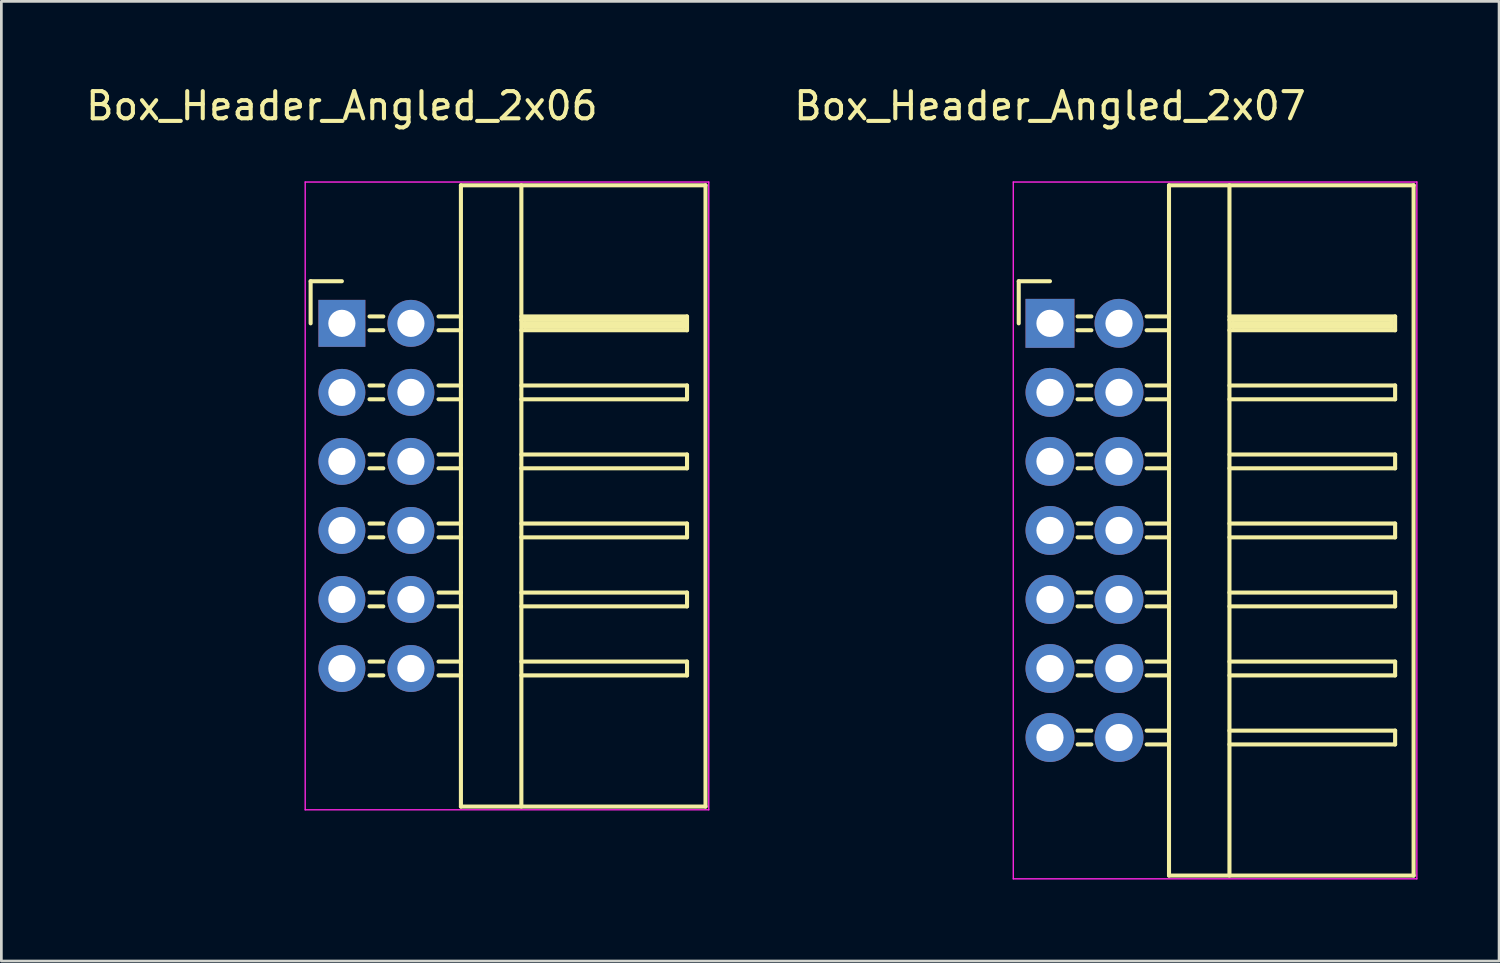
<source format=kicad_pcb>
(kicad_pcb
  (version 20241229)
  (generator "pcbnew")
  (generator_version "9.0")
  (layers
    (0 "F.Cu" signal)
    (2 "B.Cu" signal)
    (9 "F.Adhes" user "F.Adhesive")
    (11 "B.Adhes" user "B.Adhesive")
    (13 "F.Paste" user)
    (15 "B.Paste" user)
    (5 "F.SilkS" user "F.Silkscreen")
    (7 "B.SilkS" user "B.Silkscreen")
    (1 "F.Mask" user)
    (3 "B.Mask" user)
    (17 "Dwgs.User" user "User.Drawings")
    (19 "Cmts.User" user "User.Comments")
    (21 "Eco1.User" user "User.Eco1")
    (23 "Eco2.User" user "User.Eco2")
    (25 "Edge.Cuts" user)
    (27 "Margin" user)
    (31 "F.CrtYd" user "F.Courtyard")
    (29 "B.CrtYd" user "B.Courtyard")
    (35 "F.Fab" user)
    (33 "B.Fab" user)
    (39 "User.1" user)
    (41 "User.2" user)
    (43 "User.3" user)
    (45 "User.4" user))
  (footprint "Box_Header_Angled_2x06"
    (layer "F.Cu")
    (at 9.53 8.848)
    (property "Reference" "Box_Header_Angled_2x06" (at 0 -8 0) (layer "F.SilkS") (effects (font (size 1 1) (thickness 0.15))))
    (attr through_hole)
    (fp_line (start -1.15 -1.55) (end -1.15 0) (stroke (width 0.15) (type solid)) (layer "F.SilkS"))
    (fp_line (start 0 -1.55) (end -1.15 -1.55) (stroke (width 0.15) (type solid)) (layer "F.SilkS"))
    (fp_line (start 1.524 -0.254) (end 1.016 -0.254) (stroke (width 0.15) (type solid)) (layer "F.SilkS"))
    (fp_line (start 1.524 0.254) (end 1.016 0.254) (stroke (width 0.15) (type solid)) (layer "F.SilkS"))
    (fp_line (start 1.524 2.286) (end 1.016 2.286) (stroke (width 0.15) (type solid)) (layer "F.SilkS"))
    (fp_line (start 1.524 2.794) (end 1.016 2.794) (stroke (width 0.15) (type solid)) (layer "F.SilkS"))
    (fp_line (start 1.524 4.826) (end 1.016 4.826) (stroke (width 0.15) (type solid)) (layer "F.SilkS"))
    (fp_line (start 1.524 5.334) (end 1.016 5.334) (stroke (width 0.15) (type solid)) (layer "F.SilkS"))
    (fp_line (start 1.524 7.366) (end 1.016 7.366) (stroke (width 0.15) (type solid)) (layer "F.SilkS"))
    (fp_line (start 1.524 7.874) (end 1.016 7.874) (stroke (width 0.15) (type solid)) (layer "F.SilkS"))
    (fp_line (start 1.524 9.906) (end 1.016 9.906) (stroke (width 0.15) (type solid)) (layer "F.SilkS"))
    (fp_line (start 1.524 10.414) (end 1.016 10.414) (stroke (width 0.15) (type solid)) (layer "F.SilkS"))
    (fp_line (start 1.524 12.446) (end 1.016 12.446) (stroke (width 0.15) (type solid)) (layer "F.SilkS"))
    (fp_line (start 1.524 12.954) (end 1.016 12.954) (stroke (width 0.15) (type solid)) (layer "F.SilkS"))
    (fp_line (start 4.38 -5.08) (end 4.38 17.78) (stroke (width 0.15) (type solid)) (layer "F.SilkS"))
    (fp_line (start 4.38 -5.08) (end 13.38 -5.08) (stroke (width 0.15) (type solid)) (layer "F.SilkS"))
    (fp_line (start 4.38 -0.254) (end 3.556 -0.254) (stroke (width 0.15) (type solid)) (layer "F.SilkS"))
    (fp_line (start 4.38 0.254) (end 3.556 0.254) (stroke (width 0.15) (type solid)) (layer "F.SilkS"))
    (fp_line (start 4.38 2.286) (end 3.556 2.286) (stroke (width 0.15) (type solid)) (layer "F.SilkS"))
    (fp_line (start 4.38 2.794) (end 3.556 2.794) (stroke (width 0.15) (type solid)) (layer "F.SilkS"))
    (fp_line (start 4.38 4.826) (end 3.556 4.826) (stroke (width 0.15) (type solid)) (layer "F.SilkS"))
    (fp_line (start 4.38 5.334) (end 3.556 5.334) (stroke (width 0.15) (type solid)) (layer "F.SilkS"))
    (fp_line (start 4.38 7.366) (end 3.556 7.366) (stroke (width 0.15) (type solid)) (layer "F.SilkS"))
    (fp_line (start 4.38 7.874) (end 3.556 7.874) (stroke (width 0.15) (type solid)) (layer "F.SilkS"))
    (fp_line (start 4.38 9.906) (end 3.556 9.906) (stroke (width 0.15) (type solid)) (layer "F.SilkS"))
    (fp_line (start 4.38 10.414) (end 3.556 10.414) (stroke (width 0.15) (type solid)) (layer "F.SilkS"))
    (fp_line (start 4.38 12.446) (end 3.556 12.446) (stroke (width 0.15) (type solid)) (layer "F.SilkS"))
    (fp_line (start 4.38 12.954) (end 3.556 12.954) (stroke (width 0.15) (type solid)) (layer "F.SilkS"))
    (fp_line (start 4.38 17.78) (end 13.38 17.78) (stroke (width 0.15) (type solid)) (layer "F.SilkS"))
    (fp_line (start 6.604 -5.08) (end 6.604 17.78) (stroke (width 0.15) (type solid)) (layer "F.SilkS"))
    (fp_line (start 6.604 -0.254) (end 12.7 -0.254) (stroke (width 0.15) (type solid)) (layer "F.SilkS"))
    (fp_line (start 6.604 -0.127) (end 12.573 -0.127) (stroke (width 0.15) (type solid)) (layer "F.SilkS"))
    (fp_line (start 6.604 2.286) (end 12.7 2.286) (stroke (width 0.15) (type solid)) (layer "F.SilkS"))
    (fp_line (start 6.604 4.826) (end 12.7 4.826) (stroke (width 0.15) (type solid)) (layer "F.SilkS"))
    (fp_line (start 6.604 7.366) (end 12.7 7.366) (stroke (width 0.15) (type solid)) (layer "F.SilkS"))
    (fp_line (start 6.604 9.906) (end 12.7 9.906) (stroke (width 0.15) (type solid)) (layer "F.SilkS"))
    (fp_line (start 6.604 12.446) (end 12.7 12.446) (stroke (width 0.15) (type solid)) (layer "F.SilkS"))
    (fp_line (start 6.731 0) (end 12.573 0) (stroke (width 0.15) (type solid)) (layer "F.SilkS"))
    (fp_line (start 6.731 0.127) (end 6.731 0) (stroke (width 0.15) (type solid)) (layer "F.SilkS"))
    (fp_line (start 12.573 -0.127) (end 12.573 0.127) (stroke (width 0.15) (type solid)) (layer "F.SilkS"))
    (fp_line (start 12.573 0.127) (end 6.731 0.127) (stroke (width 0.15) (type solid)) (layer "F.SilkS"))
    (fp_line (start 12.7 -0.254) (end 12.7 0.254) (stroke (width 0.15) (type solid)) (layer "F.SilkS"))
    (fp_line (start 12.7 0.254) (end 6.604 0.254) (stroke (width 0.15) (type solid)) (layer "F.SilkS"))
    (fp_line (start 12.7 2.286) (end 12.7 2.794) (stroke (width 0.15) (type solid)) (layer "F.SilkS"))
    (fp_line (start 12.7 2.794) (end 6.604 2.794) (stroke (width 0.15) (type solid)) (layer "F.SilkS"))
    (fp_line (start 12.7 4.826) (end 12.7 5.334) (stroke (width 0.15) (type solid)) (layer "F.SilkS"))
    (fp_line (start 12.7 5.334) (end 6.604 5.334) (stroke (width 0.15) (type solid)) (layer "F.SilkS"))
    (fp_line (start 12.7 7.366) (end 12.7 7.874) (stroke (width 0.15) (type solid)) (layer "F.SilkS"))
    (fp_line (start 12.7 7.874) (end 6.604 7.874) (stroke (width 0.15) (type solid)) (layer "F.SilkS"))
    (fp_line (start 12.7 9.906) (end 12.7 10.414) (stroke (width 0.15) (type solid)) (layer "F.SilkS"))
    (fp_line (start 12.7 10.414) (end 6.604 10.414) (stroke (width 0.15) (type solid)) (layer "F.SilkS"))
    (fp_line (start 12.7 12.446) (end 12.7 12.954) (stroke (width 0.15) (type solid)) (layer "F.SilkS"))
    (fp_line (start 12.7 12.954) (end 6.604 12.954) (stroke (width 0.15) (type solid)) (layer "F.SilkS"))
    (fp_line (start 13.38 -5.08) (end 13.38 17.78) (stroke (width 0.15) (type solid)) (layer "F.SilkS"))
    (fp_line (start -1.35 -5.2) (end -1.35 17.9) (stroke (width 0.05) (type solid)) (layer "F.CrtYd"))
    (fp_line (start -1.35 -5.2) (end 13.5 -5.2) (stroke (width 0.05) (type solid)) (layer "F.CrtYd"))
    (fp_line (start -1.35 17.9) (end 13.5 17.9) (stroke (width 0.05) (type solid)) (layer "F.CrtYd"))
    (fp_line (start 13.5 -5.2) (end 13.5 17.9) (stroke (width 0.05) (type solid)) (layer "F.CrtYd"))
    (pad "1" thru_hole rect (at 0 0) (size 1.727 1.727) (drill 1) (layers "*.Cu" "*.Mask"))
    (pad "2" thru_hole oval (at 2.54 0) (size 1.727 1.727) (drill 1) (layers "*.Cu" "*.Mask"))
    (pad "3" thru_hole oval (at 0 2.54) (size 1.727 1.727) (drill 1) (layers "*.Cu" "*.Mask"))
    (pad "4" thru_hole oval (at 2.54 2.54) (size 1.727 1.727) (drill 1) (layers "*.Cu" "*.Mask"))
    (pad "5" thru_hole oval (at 0 5.08) (size 1.727 1.727) (drill 1) (layers "*.Cu" "*.Mask"))
    (pad "6" thru_hole oval (at 2.54 5.08) (size 1.727 1.727) (drill 1) (layers "*.Cu" "*.Mask"))
    (pad "7" thru_hole oval (at 0 7.62) (size 1.727 1.727) (drill 1) (layers "*.Cu" "*.Mask"))
    (pad "8" thru_hole oval (at 2.54 7.62) (size 1.727 1.727) (drill 1) (layers "*.Cu" "*.Mask"))
    (pad "9" thru_hole oval (at 0 10.16) (size 1.727 1.727) (drill 1) (layers "*.Cu" "*.Mask"))
    (pad "10" thru_hole oval (at 2.54 10.16) (size 1.727 1.727) (drill 1) (layers "*.Cu" "*.Mask"))
    (pad "11" thru_hole oval (at 0 12.7) (size 1.727 1.727) (drill 1) (layers "*.Cu" "*.Mask"))
    (pad "12" thru_hole oval (at 2.54 12.7) (size 1.727 1.727) (drill 1) (layers "*.Cu" "*.Mask")))
  (footprint "Box_Header_Angled_2x07"
    (layer "F.Cu")
    (at 35.585 8.848)
    (property "Reference" "Box_Header_Angled_2x07" (at 0 -8 0) (layer "F.SilkS") (effects (font (size 1 1) (thickness 0.15))))
    (attr through_hole)
    (fp_line (start -1.15 -1.55) (end -1.15 0) (stroke (width 0.15) (type solid)) (layer "F.SilkS"))
    (fp_line (start 0 -1.55) (end -1.15 -1.55) (stroke (width 0.15) (type solid)) (layer "F.SilkS"))
    (fp_line (start 1.524 -0.254) (end 1.016 -0.254) (stroke (width 0.15) (type solid)) (layer "F.SilkS"))
    (fp_line (start 1.524 0.254) (end 1.016 0.254) (stroke (width 0.15) (type solid)) (layer "F.SilkS"))
    (fp_line (start 1.524 2.286) (end 1.016 2.286) (stroke (width 0.15) (type solid)) (layer "F.SilkS"))
    (fp_line (start 1.524 2.794) (end 1.016 2.794) (stroke (width 0.15) (type solid)) (layer "F.SilkS"))
    (fp_line (start 1.524 4.826) (end 1.016 4.826) (stroke (width 0.15) (type solid)) (layer "F.SilkS"))
    (fp_line (start 1.524 5.334) (end 1.016 5.334) (stroke (width 0.15) (type solid)) (layer "F.SilkS"))
    (fp_line (start 1.524 7.366) (end 1.016 7.366) (stroke (width 0.15) (type solid)) (layer "F.SilkS"))
    (fp_line (start 1.524 7.874) (end 1.016 7.874) (stroke (width 0.15) (type solid)) (layer "F.SilkS"))
    (fp_line (start 1.524 9.906) (end 1.016 9.906) (stroke (width 0.15) (type solid)) (layer "F.SilkS"))
    (fp_line (start 1.524 10.414) (end 1.016 10.414) (stroke (width 0.15) (type solid)) (layer "F.SilkS"))
    (fp_line (start 1.524 12.446) (end 1.016 12.446) (stroke (width 0.15) (type solid)) (layer "F.SilkS"))
    (fp_line (start 1.524 12.954) (end 1.016 12.954) (stroke (width 0.15) (type solid)) (layer "F.SilkS"))
    (fp_line (start 1.524 14.986) (end 1.016 14.986) (stroke (width 0.15) (type solid)) (layer "F.SilkS"))
    (fp_line (start 1.524 15.494) (end 1.016 15.494) (stroke (width 0.15) (type solid)) (layer "F.SilkS"))
    (fp_line (start 4.38 -5.08) (end 4.38 20.32) (stroke (width 0.15) (type solid)) (layer "F.SilkS"))
    (fp_line (start 4.38 -5.08) (end 13.38 -5.08) (stroke (width 0.15) (type solid)) (layer "F.SilkS"))
    (fp_line (start 4.38 -0.254) (end 3.556 -0.254) (stroke (width 0.15) (type solid)) (layer "F.SilkS"))
    (fp_line (start 4.38 0.254) (end 3.556 0.254) (stroke (width 0.15) (type solid)) (layer "F.SilkS"))
    (fp_line (start 4.38 2.286) (end 3.556 2.286) (stroke (width 0.15) (type solid)) (layer "F.SilkS"))
    (fp_line (start 4.38 2.794) (end 3.556 2.794) (stroke (width 0.15) (type solid)) (layer "F.SilkS"))
    (fp_line (start 4.38 4.826) (end 3.556 4.826) (stroke (width 0.15) (type solid)) (layer "F.SilkS"))
    (fp_line (start 4.38 5.334) (end 3.556 5.334) (stroke (width 0.15) (type solid)) (layer "F.SilkS"))
    (fp_line (start 4.38 7.366) (end 3.556 7.366) (stroke (width 0.15) (type solid)) (layer "F.SilkS"))
    (fp_line (start 4.38 7.874) (end 3.556 7.874) (stroke (width 0.15) (type solid)) (layer "F.SilkS"))
    (fp_line (start 4.38 9.906) (end 3.556 9.906) (stroke (width 0.15) (type solid)) (layer "F.SilkS"))
    (fp_line (start 4.38 10.414) (end 3.556 10.414) (stroke (width 0.15) (type solid)) (layer "F.SilkS"))
    (fp_line (start 4.38 12.446) (end 3.556 12.446) (stroke (width 0.15) (type solid)) (layer "F.SilkS"))
    (fp_line (start 4.38 12.954) (end 3.556 12.954) (stroke (width 0.15) (type solid)) (layer "F.SilkS"))
    (fp_line (start 4.38 14.986) (end 3.556 14.986) (stroke (width 0.15) (type solid)) (layer "F.SilkS"))
    (fp_line (start 4.38 15.494) (end 3.556 15.494) (stroke (width 0.15) (type solid)) (layer "F.SilkS"))
    (fp_line (start 4.38 20.32) (end 13.38 20.32) (stroke (width 0.15) (type solid)) (layer "F.SilkS"))
    (fp_line (start 6.604 -5.08) (end 6.604 20.32) (stroke (width 0.15) (type solid)) (layer "F.SilkS"))
    (fp_line (start 6.604 -0.254) (end 12.7 -0.254) (stroke (width 0.15) (type solid)) (layer "F.SilkS"))
    (fp_line (start 6.604 -0.127) (end 12.573 -0.127) (stroke (width 0.15) (type solid)) (layer "F.SilkS"))
    (fp_line (start 6.604 2.286) (end 12.7 2.286) (stroke (width 0.15) (type solid)) (layer "F.SilkS"))
    (fp_line (start 6.604 4.826) (end 12.7 4.826) (stroke (width 0.15) (type solid)) (layer "F.SilkS"))
    (fp_line (start 6.604 7.366) (end 12.7 7.366) (stroke (width 0.15) (type solid)) (layer "F.SilkS"))
    (fp_line (start 6.604 9.906) (end 12.7 9.906) (stroke (width 0.15) (type solid)) (layer "F.SilkS"))
    (fp_line (start 6.604 12.446) (end 12.7 12.446) (stroke (width 0.15) (type solid)) (layer "F.SilkS"))
    (fp_line (start 6.604 14.986) (end 12.7 14.986) (stroke (width 0.15) (type solid)) (layer "F.SilkS"))
    (fp_line (start 6.731 0) (end 12.573 0) (stroke (width 0.15) (type solid)) (layer "F.SilkS"))
    (fp_line (start 6.731 0.127) (end 6.731 0) (stroke (width 0.15) (type solid)) (layer "F.SilkS"))
    (fp_line (start 12.573 -0.127) (end 12.573 0.127) (stroke (width 0.15) (type solid)) (layer "F.SilkS"))
    (fp_line (start 12.573 0.127) (end 6.731 0.127) (stroke (width 0.15) (type solid)) (layer "F.SilkS"))
    (fp_line (start 12.7 -0.254) (end 12.7 0.254) (stroke (width 0.15) (type solid)) (layer "F.SilkS"))
    (fp_line (start 12.7 0.254) (end 6.604 0.254) (stroke (width 0.15) (type solid)) (layer "F.SilkS"))
    (fp_line (start 12.7 2.286) (end 12.7 2.794) (stroke (width 0.15) (type solid)) (layer "F.SilkS"))
    (fp_line (start 12.7 2.794) (end 6.604 2.794) (stroke (width 0.15) (type solid)) (layer "F.SilkS"))
    (fp_line (start 12.7 4.826) (end 12.7 5.334) (stroke (width 0.15) (type solid)) (layer "F.SilkS"))
    (fp_line (start 12.7 5.334) (end 6.604 5.334) (stroke (width 0.15) (type solid)) (layer "F.SilkS"))
    (fp_line (start 12.7 7.366) (end 12.7 7.874) (stroke (width 0.15) (type solid)) (layer "F.SilkS"))
    (fp_line (start 12.7 7.874) (end 6.604 7.874) (stroke (width 0.15) (type solid)) (layer "F.SilkS"))
    (fp_line (start 12.7 9.906) (end 12.7 10.414) (stroke (width 0.15) (type solid)) (layer "F.SilkS"))
    (fp_line (start 12.7 10.414) (end 6.604 10.414) (stroke (width 0.15) (type solid)) (layer "F.SilkS"))
    (fp_line (start 12.7 12.446) (end 12.7 12.954) (stroke (width 0.15) (type solid)) (layer "F.SilkS"))
    (fp_line (start 12.7 12.954) (end 6.604 12.954) (stroke (width 0.15) (type solid)) (layer "F.SilkS"))
    (fp_line (start 12.7 14.986) (end 12.7 15.494) (stroke (width 0.15) (type solid)) (layer "F.SilkS"))
    (fp_line (start 12.7 15.494) (end 6.604 15.494) (stroke (width 0.15) (type solid)) (layer "F.SilkS"))
    (fp_line (start 13.38 -5.08) (end 13.38 20.32) (stroke (width 0.15) (type solid)) (layer "F.SilkS"))
    (fp_line (start -1.35 -5.2) (end -1.35 20.44) (stroke (width 0.05) (type solid)) (layer "F.CrtYd"))
    (fp_line (start -1.35 -5.2) (end 13.5 -5.2) (stroke (width 0.05) (type solid)) (layer "F.CrtYd"))
    (fp_line (start -1.35 20.44) (end 13.5 20.44) (stroke (width 0.05) (type solid)) (layer "F.CrtYd"))
    (fp_line (start 13.5 -5.2) (end 13.5 20.44) (stroke (width 0.05) (type solid)) (layer "F.CrtYd"))
    (pad "1" thru_hole rect (at 0 0) (size 1.8 1.8) (drill 1) (layers "*.Cu" "*.Mask"))
    (pad "2" thru_hole oval (at 2.54 0) (size 1.8 1.8) (drill 1) (layers "*.Cu" "*.Mask"))
    (pad "3" thru_hole oval (at 0 2.54) (size 1.8 1.8) (drill 1) (layers "*.Cu" "*.Mask"))
    (pad "4" thru_hole oval (at 2.54 2.54) (size 1.8 1.8) (drill 1) (layers "*.Cu" "*.Mask"))
    (pad "5" thru_hole oval (at 0 5.08) (size 1.8 1.8) (drill 1) (layers "*.Cu" "*.Mask"))
    (pad "6" thru_hole oval (at 2.54 5.08) (size 1.8 1.8) (drill 1) (layers "*.Cu" "*.Mask"))
    (pad "7" thru_hole oval (at 0 7.62) (size 1.8 1.8) (drill 1) (layers "*.Cu" "*.Mask"))
    (pad "8" thru_hole oval (at 2.54 7.62) (size 1.8 1.8) (drill 1) (layers "*.Cu" "*.Mask"))
    (pad "9" thru_hole oval (at 0 10.16) (size 1.8 1.8) (drill 1) (layers "*.Cu" "*.Mask"))
    (pad "10" thru_hole oval (at 2.54 10.16) (size 1.8 1.8) (drill 1) (layers "*.Cu" "*.Mask"))
    (pad "11" thru_hole oval (at 0 12.7) (size 1.8 1.8) (drill 1) (layers "*.Cu" "*.Mask"))
    (pad "12" thru_hole oval (at 2.54 12.7) (size 1.8 1.8) (drill 1) (layers "*.Cu" "*.Mask"))
    (pad "13" thru_hole oval (at 0 15.24) (size 1.8 1.8) (drill 1) (layers "*.Cu" "*.Mask"))
    (pad "14" thru_hole oval (at 2.54 15.24) (size 1.8 1.8) (drill 1) (layers "*.Cu" "*.Mask")))
  (gr_rect
    (start -3 -3)
    (end 52.11 32.313)
    (stroke (width 0.1) (type default))
    (fill no)
    (layer "Edge.Cuts")))
</source>
